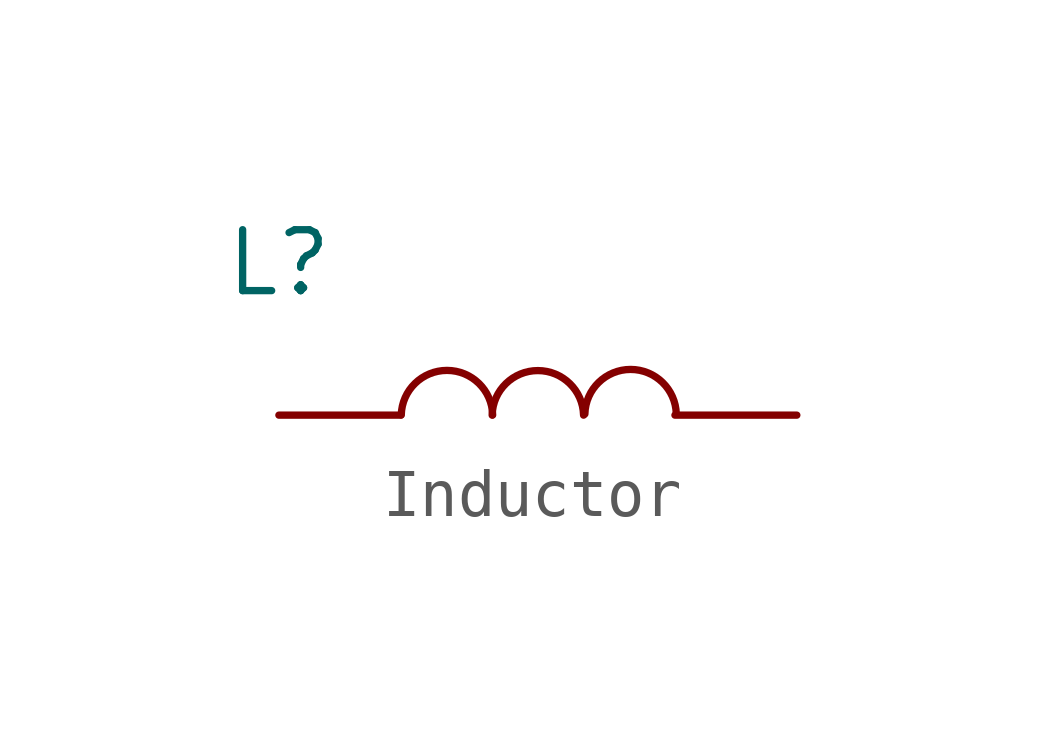
<source format=kicad_sym>
(kicad_symbol_lib
  (version 20220914)
  (generator kicad_symbol_editor)
  (symbol "Inductor"
    (pin_numbers hide)
    (pin_names hide)
    (property "Reference" "L"
      (at 0 3.175 0)
      (effects (font (size 1.27 1.27))))
    (property "Value" ""
      (at 0 3.175 0)
      (effects (font (size 1.27 1.27))))
    (symbol "Inductor_0_1"
      (arc (start 6.35 0) (mid 5.3975 0.9289) (end 4.445 0) (stroke (width 0) (type default)) (fill (type none))))
    (symbol "Inductor_1_1"
      (arc (start 4.4556 0.0037) (mid 3.5031 0.9326) (end 2.5506 0.0037) (stroke (width 0) (type default)) (fill (type none)))
      (arc (start 8.2828 0.0239) (mid 7.3303 0.9528) (end 6.3778 0.0239) (stroke (width 0) (type default)) (fill (type none)))
      (pin passive line (at 0 0 0) (length 2.54) (name "" (effects (font (size 1.27 1.27)))) (number "1" (effects (font (size 1.27 1.27)))))
      (pin passive line (at 10.795 0 180) (length 2.54) (name "" (effects (font (size 1.27 1.27)))) (number "2" (effects (font (size 1.27 1.27))))))))
</source>
